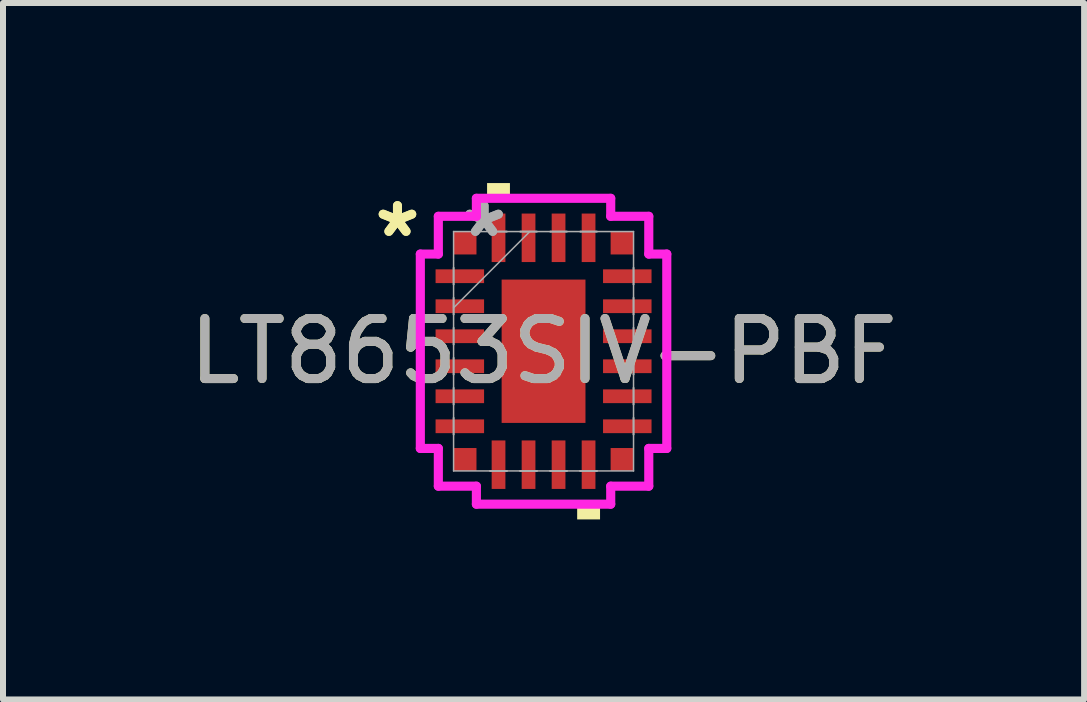
<source format=kicad_pcb>
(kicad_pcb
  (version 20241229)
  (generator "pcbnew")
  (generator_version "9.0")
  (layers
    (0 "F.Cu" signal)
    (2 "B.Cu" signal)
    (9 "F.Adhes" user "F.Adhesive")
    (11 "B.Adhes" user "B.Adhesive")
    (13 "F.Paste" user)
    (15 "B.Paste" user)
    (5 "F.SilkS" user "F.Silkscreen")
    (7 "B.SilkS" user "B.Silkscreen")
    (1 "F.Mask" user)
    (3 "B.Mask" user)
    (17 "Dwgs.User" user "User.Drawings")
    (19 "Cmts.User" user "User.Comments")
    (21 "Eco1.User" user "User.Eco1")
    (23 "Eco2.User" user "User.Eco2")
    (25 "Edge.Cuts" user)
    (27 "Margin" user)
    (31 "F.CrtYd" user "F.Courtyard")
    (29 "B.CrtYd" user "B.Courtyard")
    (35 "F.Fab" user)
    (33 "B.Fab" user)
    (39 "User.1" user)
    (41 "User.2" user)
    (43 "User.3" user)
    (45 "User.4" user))
  (footprint "LT8653SIV-PBF"
    (layer "F.Cu")
    (at 6.006 2.802)
    (property "Reference" "LT8653SIV-PBF" (at 0 0 0) (unlocked yes) (layer "F.SilkS") (effects (font (size 1 1) (thickness 0.15))))
    (attr smd)
    (fp_poly (pts (xy -0.941 -2.548) (xy -0.941 -2.802) (xy -0.56 -2.802) (xy -0.56 -2.548)) (stroke (width 0) (type solid)) (fill yes) (layer "F.SilkS"))
    (fp_poly (pts (xy 0.56 2.548) (xy 0.56 2.802) (xy 0.941 2.802) (xy 0.941 2.548)) (stroke (width 0) (type solid)) (fill yes) (layer "F.SilkS"))
    (fp_line (start -2.053 -1.619) (end -1.753 -1.619) (stroke (width 0.152) (type solid)) (layer "F.CrtYd"))
    (fp_line (start -2.053 1.619) (end -2.053 -1.619) (stroke (width 0.152) (type solid)) (layer "F.CrtYd"))
    (fp_line (start -2.053 1.619) (end -1.753 1.619) (stroke (width 0.152) (type solid)) (layer "F.CrtYd"))
    (fp_line (start -1.753 -2.248) (end -1.119 -2.248) (stroke (width 0.152) (type solid)) (layer "F.CrtYd"))
    (fp_line (start -1.753 -1.619) (end -1.753 -2.248) (stroke (width 0.152) (type solid)) (layer "F.CrtYd"))
    (fp_line (start -1.753 2.248) (end -1.753 1.619) (stroke (width 0.152) (type solid)) (layer "F.CrtYd"))
    (fp_line (start -1.119 -2.548) (end 1.119 -2.548) (stroke (width 0.152) (type solid)) (layer "F.CrtYd"))
    (fp_line (start -1.119 -2.248) (end -1.119 -2.548) (stroke (width 0.152) (type solid)) (layer "F.CrtYd"))
    (fp_line (start -1.119 2.248) (end -1.753 2.248) (stroke (width 0.152) (type solid)) (layer "F.CrtYd"))
    (fp_line (start -1.119 2.548) (end -1.119 2.248) (stroke (width 0.152) (type solid)) (layer "F.CrtYd"))
    (fp_line (start 1.119 -2.548) (end 1.119 -2.248) (stroke (width 0.152) (type solid)) (layer "F.CrtYd"))
    (fp_line (start 1.119 -2.248) (end 1.753 -2.248) (stroke (width 0.152) (type solid)) (layer "F.CrtYd"))
    (fp_line (start 1.119 2.248) (end 1.119 2.548) (stroke (width 0.152) (type solid)) (layer "F.CrtYd"))
    (fp_line (start 1.119 2.548) (end -1.119 2.548) (stroke (width 0.152) (type solid)) (layer "F.CrtYd"))
    (fp_line (start 1.753 -2.248) (end 1.753 -1.619) (stroke (width 0.152) (type solid)) (layer "F.CrtYd"))
    (fp_line (start 1.753 -1.619) (end 2.053 -1.619) (stroke (width 0.152) (type solid)) (layer "F.CrtYd"))
    (fp_line (start 1.753 1.619) (end 1.753 2.248) (stroke (width 0.152) (type solid)) (layer "F.CrtYd"))
    (fp_line (start 1.753 2.248) (end 1.119 2.248) (stroke (width 0.152) (type solid)) (layer "F.CrtYd"))
    (fp_line (start 2.053 -1.619) (end 2.053 1.619) (stroke (width 0.152) (type solid)) (layer "F.CrtYd"))
    (fp_line (start 2.053 1.619) (end 1.753 1.619) (stroke (width 0.152) (type solid)) (layer "F.CrtYd"))
    (fp_line (start -1.499 -1.994) (end -1.499 1.994) (stroke (width 0.025) (type solid)) (layer "F.Fab"))
    (fp_line (start -1.499 -1.39) (end -1.499 -1.39) (stroke (width 0.025) (type solid)) (layer "F.Fab"))
    (fp_line (start -1.499 -1.39) (end -1.499 -1.11) (stroke (width 0.025) (type solid)) (layer "F.Fab"))
    (fp_line (start -1.499 -1.11) (end -1.499 -1.39) (stroke (width 0.025) (type solid)) (layer "F.Fab"))
    (fp_line (start -1.499 -1.11) (end -1.499 -1.11) (stroke (width 0.025) (type solid)) (layer "F.Fab"))
    (fp_line (start -1.499 -0.89) (end -1.499 -0.89) (stroke (width 0.025) (type solid)) (layer "F.Fab"))
    (fp_line (start -1.499 -0.89) (end -1.499 -0.61) (stroke (width 0.025) (type solid)) (layer "F.Fab"))
    (fp_line (start -1.499 -0.724) (end -0.229 -1.994) (stroke (width 0.025) (type solid)) (layer "F.Fab"))
    (fp_line (start -1.499 -0.61) (end -1.499 -0.89) (stroke (width 0.025) (type solid)) (layer "F.Fab"))
    (fp_line (start -1.499 -0.61) (end -1.499 -0.61) (stroke (width 0.025) (type solid)) (layer "F.Fab"))
    (fp_line (start -1.499 -0.39) (end -1.499 -0.39) (stroke (width 0.025) (type solid)) (layer "F.Fab"))
    (fp_line (start -1.499 -0.39) (end -1.499 -0.11) (stroke (width 0.025) (type solid)) (layer "F.Fab"))
    (fp_line (start -1.499 -0.11) (end -1.499 -0.39) (stroke (width 0.025) (type solid)) (layer "F.Fab"))
    (fp_line (start -1.499 -0.11) (end -1.499 -0.11) (stroke (width 0.025) (type solid)) (layer "F.Fab"))
    (fp_line (start -1.499 0.11) (end -1.499 0.11) (stroke (width 0.025) (type solid)) (layer "F.Fab"))
    (fp_line (start -1.499 0.11) (end -1.499 0.39) (stroke (width 0.025) (type solid)) (layer "F.Fab"))
    (fp_line (start -1.499 0.39) (end -1.499 0.11) (stroke (width 0.025) (type solid)) (layer "F.Fab"))
    (fp_line (start -1.499 0.39) (end -1.499 0.39) (stroke (width 0.025) (type solid)) (layer "F.Fab"))
    (fp_line (start -1.499 0.61) (end -1.499 0.61) (stroke (width 0.025) (type solid)) (layer "F.Fab"))
    (fp_line (start -1.499 0.61) (end -1.499 0.89) (stroke (width 0.025) (type solid)) (layer "F.Fab"))
    (fp_line (start -1.499 0.89) (end -1.499 0.61) (stroke (width 0.025) (type solid)) (layer "F.Fab"))
    (fp_line (start -1.499 0.89) (end -1.499 0.89) (stroke (width 0.025) (type solid)) (layer "F.Fab"))
    (fp_line (start -1.499 1.11) (end -1.499 1.11) (stroke (width 0.025) (type solid)) (layer "F.Fab"))
    (fp_line (start -1.499 1.11) (end -1.499 1.39) (stroke (width 0.025) (type solid)) (layer "F.Fab"))
    (fp_line (start -1.499 1.39) (end -1.499 1.11) (stroke (width 0.025) (type solid)) (layer "F.Fab"))
    (fp_line (start -1.499 1.39) (end -1.499 1.39) (stroke (width 0.025) (type solid)) (layer "F.Fab"))
    (fp_line (start -1.499 1.994) (end 1.499 1.994) (stroke (width 0.025) (type solid)) (layer "F.Fab"))
    (fp_line (start -0.89 -1.994) (end -0.89 -1.994) (stroke (width 0.025) (type solid)) (layer "F.Fab"))
    (fp_line (start -0.89 -1.994) (end -0.61 -1.994) (stroke (width 0.025) (type solid)) (layer "F.Fab"))
    (fp_line (start -0.89 1.994) (end -0.89 1.994) (stroke (width 0.025) (type solid)) (layer "F.Fab"))
    (fp_line (start -0.89 1.994) (end -0.61 1.994) (stroke (width 0.025) (type solid)) (layer "F.Fab"))
    (fp_line (start -0.61 -1.994) (end -0.89 -1.994) (stroke (width 0.025) (type solid)) (layer "F.Fab"))
    (fp_line (start -0.61 -1.994) (end -0.61 -1.994) (stroke (width 0.025) (type solid)) (layer "F.Fab"))
    (fp_line (start -0.61 1.994) (end -0.89 1.994) (stroke (width 0.025) (type solid)) (layer "F.Fab"))
    (fp_line (start -0.61 1.994) (end -0.61 1.994) (stroke (width 0.025) (type solid)) (layer "F.Fab"))
    (fp_line (start -0.39 -1.994) (end -0.39 -1.994) (stroke (width 0.025) (type solid)) (layer "F.Fab"))
    (fp_line (start -0.39 -1.994) (end -0.11 -1.994) (stroke (width 0.025) (type solid)) (layer "F.Fab"))
    (fp_line (start -0.39 1.994) (end -0.39 1.994) (stroke (width 0.025) (type solid)) (layer "F.Fab"))
    (fp_line (start -0.39 1.994) (end -0.11 1.994) (stroke (width 0.025) (type solid)) (layer "F.Fab"))
    (fp_line (start -0.11 -1.994) (end -0.39 -1.994) (stroke (width 0.025) (type solid)) (layer "F.Fab"))
    (fp_line (start -0.11 -1.994) (end -0.11 -1.994) (stroke (width 0.025) (type solid)) (layer "F.Fab"))
    (fp_line (start -0.11 1.994) (end -0.39 1.994) (stroke (width 0.025) (type solid)) (layer "F.Fab"))
    (fp_line (start -0.11 1.994) (end -0.11 1.994) (stroke (width 0.025) (type solid)) (layer "F.Fab"))
    (fp_line (start 0.11 -1.994) (end 0.11 -1.994) (stroke (width 0.025) (type solid)) (layer "F.Fab"))
    (fp_line (start 0.11 -1.994) (end 0.39 -1.994) (stroke (width 0.025) (type solid)) (layer "F.Fab"))
    (fp_line (start 0.11 1.994) (end 0.11 1.994) (stroke (width 0.025) (type solid)) (layer "F.Fab"))
    (fp_line (start 0.11 1.994) (end 0.39 1.994) (stroke (width 0.025) (type solid)) (layer "F.Fab"))
    (fp_line (start 0.39 -1.994) (end 0.11 -1.994) (stroke (width 0.025) (type solid)) (layer "F.Fab"))
    (fp_line (start 0.39 -1.994) (end 0.39 -1.994) (stroke (width 0.025) (type solid)) (layer "F.Fab"))
    (fp_line (start 0.39 1.994) (end 0.11 1.994) (stroke (width 0.025) (type solid)) (layer "F.Fab"))
    (fp_line (start 0.39 1.994) (end 0.39 1.994) (stroke (width 0.025) (type solid)) (layer "F.Fab"))
    (fp_line (start 0.61 -1.994) (end 0.61 -1.994) (stroke (width 0.025) (type solid)) (layer "F.Fab"))
    (fp_line (start 0.61 -1.994) (end 0.89 -1.994) (stroke (width 0.025) (type solid)) (layer "F.Fab"))
    (fp_line (start 0.61 1.994) (end 0.61 1.994) (stroke (width 0.025) (type solid)) (layer "F.Fab"))
    (fp_line (start 0.61 1.994) (end 0.89 1.994) (stroke (width 0.025) (type solid)) (layer "F.Fab"))
    (fp_line (start 0.89 -1.994) (end 0.61 -1.994) (stroke (width 0.025) (type solid)) (layer "F.Fab"))
    (fp_line (start 0.89 -1.994) (end 0.89 -1.994) (stroke (width 0.025) (type solid)) (layer "F.Fab"))
    (fp_line (start 0.89 1.994) (end 0.61 1.994) (stroke (width 0.025) (type solid)) (layer "F.Fab"))
    (fp_line (start 0.89 1.994) (end 0.89 1.994) (stroke (width 0.025) (type solid)) (layer "F.Fab"))
    (fp_line (start 1.499 -1.994) (end -1.499 -1.994) (stroke (width 0.025) (type solid)) (layer "F.Fab"))
    (fp_line (start 1.499 -1.39) (end 1.499 -1.39) (stroke (width 0.025) (type solid)) (layer "F.Fab"))
    (fp_line (start 1.499 -1.39) (end 1.499 -1.11) (stroke (width 0.025) (type solid)) (layer "F.Fab"))
    (fp_line (start 1.499 -1.11) (end 1.499 -1.39) (stroke (width 0.025) (type solid)) (layer "F.Fab"))
    (fp_line (start 1.499 -1.11) (end 1.499 -1.11) (stroke (width 0.025) (type solid)) (layer "F.Fab"))
    (fp_line (start 1.499 -0.89) (end 1.499 -0.89) (stroke (width 0.025) (type solid)) (layer "F.Fab"))
    (fp_line (start 1.499 -0.89) (end 1.499 -0.61) (stroke (width 0.025) (type solid)) (layer "F.Fab"))
    (fp_line (start 1.499 -0.61) (end 1.499 -0.89) (stroke (width 0.025) (type solid)) (layer "F.Fab"))
    (fp_line (start 1.499 -0.61) (end 1.499 -0.61) (stroke (width 0.025) (type solid)) (layer "F.Fab"))
    (fp_line (start 1.499 -0.39) (end 1.499 -0.39) (stroke (width 0.025) (type solid)) (layer "F.Fab"))
    (fp_line (start 1.499 -0.39) (end 1.499 -0.11) (stroke (width 0.025) (type solid)) (layer "F.Fab"))
    (fp_line (start 1.499 -0.11) (end 1.499 -0.39) (stroke (width 0.025) (type solid)) (layer "F.Fab"))
    (fp_line (start 1.499 -0.11) (end 1.499 -0.11) (stroke (width 0.025) (type solid)) (layer "F.Fab"))
    (fp_line (start 1.499 0.11) (end 1.499 0.11) (stroke (width 0.025) (type solid)) (layer "F.Fab"))
    (fp_line (start 1.499 0.11) (end 1.499 0.39) (stroke (width 0.025) (type solid)) (layer "F.Fab"))
    (fp_line (start 1.499 0.39) (end 1.499 0.11) (stroke (width 0.025) (type solid)) (layer "F.Fab"))
    (fp_line (start 1.499 0.39) (end 1.499 0.39) (stroke (width 0.025) (type solid)) (layer "F.Fab"))
    (fp_line (start 1.499 0.61) (end 1.499 0.61) (stroke (width 0.025) (type solid)) (layer "F.Fab"))
    (fp_line (start 1.499 0.61) (end 1.499 0.89) (stroke (width 0.025) (type solid)) (layer "F.Fab"))
    (fp_line (start 1.499 0.89) (end 1.499 0.61) (stroke (width 0.025) (type solid)) (layer "F.Fab"))
    (fp_line (start 1.499 0.89) (end 1.499 0.89) (stroke (width 0.025) (type solid)) (layer "F.Fab"))
    (fp_line (start 1.499 1.11) (end 1.499 1.11) (stroke (width 0.025) (type solid)) (layer "F.Fab"))
    (fp_line (start 1.499 1.11) (end 1.499 1.39) (stroke (width 0.025) (type solid)) (layer "F.Fab"))
    (fp_line (start 1.499 1.39) (end 1.499 1.11) (stroke (width 0.025) (type solid)) (layer "F.Fab"))
    (fp_line (start 1.499 1.39) (end 1.499 1.39) (stroke (width 0.025) (type solid)) (layer "F.Fab"))
    (fp_line (start 1.499 1.994) (end 1.499 -1.994) (stroke (width 0.025) (type solid)) (layer "F.Fab"))
    (fp_text user "*" (at -2.434 -1.881 0) (layer "F.SilkS") (effects (font (size 1 1) (thickness 0.15))))
    (fp_text user "*" (at -2.434 -1.881 0) (unlocked yes) (layer "F.SilkS") (effects (font (size 1 1) (thickness 0.15))))
    (fp_text user "*" (at -0.991 -1.881 0) (layer "F.Fab") (effects (font (size 1 1) (thickness 0.15))))
    (fp_text user "*" (at -0.991 -1.881 0) (unlocked yes) (layer "F.Fab") (effects (font (size 1 1) (thickness 0.15))))
    (fp_text user "${REFERENCE}" (at 0 0 0) (unlocked yes) (layer "F.Fab") (effects (font (size 1 1) (thickness 0.15))))
    (pad "1" smd rect (at -1.395 -1.25 90) (size 0.229 0.808) (layers "F.Cu" "F.Mask" "F.Paste"))
    (pad "2" smd rect (at -1.395 -0.75 90) (size 0.229 0.808) (layers "F.Cu" "F.Mask" "F.Paste"))
    (pad "3" smd rect (at -1.395 -0.25 90) (size 0.229 0.808) (layers "F.Cu" "F.Mask" "F.Paste"))
    (pad "4" smd rect (at -1.395 0.25 90) (size 0.229 0.808) (layers "F.Cu" "F.Mask" "F.Paste"))
    (pad "5" smd rect (at -1.395 0.75 90) (size 0.229 0.808) (layers "F.Cu" "F.Mask" "F.Paste"))
    (pad "6" smd rect (at -1.395 1.25 90) (size 0.229 0.808) (layers "F.Cu" "F.Mask" "F.Paste"))
    (pad "7" smd rect (at -0.75 1.89) (size 0.229 0.808) (layers "F.Cu" "F.Mask" "F.Paste"))
    (pad "8" smd rect (at -0.25 1.89) (size 0.229 0.808) (layers "F.Cu" "F.Mask" "F.Paste"))
    (pad "9" smd rect (at 0.25 1.89) (size 0.229 0.808) (layers "F.Cu" "F.Mask" "F.Paste"))
    (pad "10" smd rect (at 0.75 1.89) (size 0.229 0.808) (layers "F.Cu" "F.Mask" "F.Paste"))
    (pad "11" smd rect (at 1.395 1.25 90) (size 0.229 0.808) (layers "F.Cu" "F.Mask" "F.Paste"))
    (pad "12" smd rect (at 1.395 0.75 90) (size 0.229 0.808) (layers "F.Cu" "F.Mask" "F.Paste"))
    (pad "13" smd rect (at 1.395 0.25 90) (size 0.229 0.808) (layers "F.Cu" "F.Mask" "F.Paste"))
    (pad "14" smd rect (at 1.395 -0.25 90) (size 0.229 0.808) (layers "F.Cu" "F.Mask" "F.Paste"))
    (pad "15" smd rect (at 1.395 -0.75 90) (size 0.229 0.808) (layers "F.Cu" "F.Mask" "F.Paste"))
    (pad "16" smd rect (at 1.395 -1.25 90) (size 0.229 0.808) (layers "F.Cu" "F.Mask" "F.Paste"))
    (pad "17" smd rect (at 0.75 -1.89) (size 0.229 0.808) (layers "F.Cu" "F.Mask" "F.Paste"))
    (pad "18" smd rect (at 0.25 -1.89) (size 0.229 0.808) (layers "F.Cu" "F.Mask" "F.Paste"))
    (pad "19" smd rect (at -0.25 -1.89) (size 0.229 0.808) (layers "F.Cu" "F.Mask" "F.Paste"))
    (pad "20" smd rect (at -0.75 -1.89) (size 0.229 0.808) (layers "F.Cu" "F.Mask" "F.Paste"))
    (pad "21" smd rect (at 0 0) (size 1.397 2.388) (layers "F.Cu" "F.Mask" "F.Paste"))
    (pad "22" smd rect (at -1.308 -1.803) (size 0.381 0.381) (layers "F.Cu" "F.Mask" "F.Paste"))
    (pad "23" smd rect (at -1.308 1.803) (size 0.381 0.381) (layers "F.Cu" "F.Mask" "F.Paste"))
    (pad "24" smd rect (at 1.308 1.803) (size 0.381 0.381) (layers "F.Cu" "F.Mask" "F.Paste"))
    (pad "25" smd rect (at 1.308 -1.803) (size 0.381 0.381) (layers "F.Cu" "F.Mask" "F.Paste")))
  (gr_rect
    (start -3 -3)
    (end 15.012 8.604)
    (stroke (width 0.1) (type default))
    (fill no)
    (layer "Edge.Cuts")))
</source>
